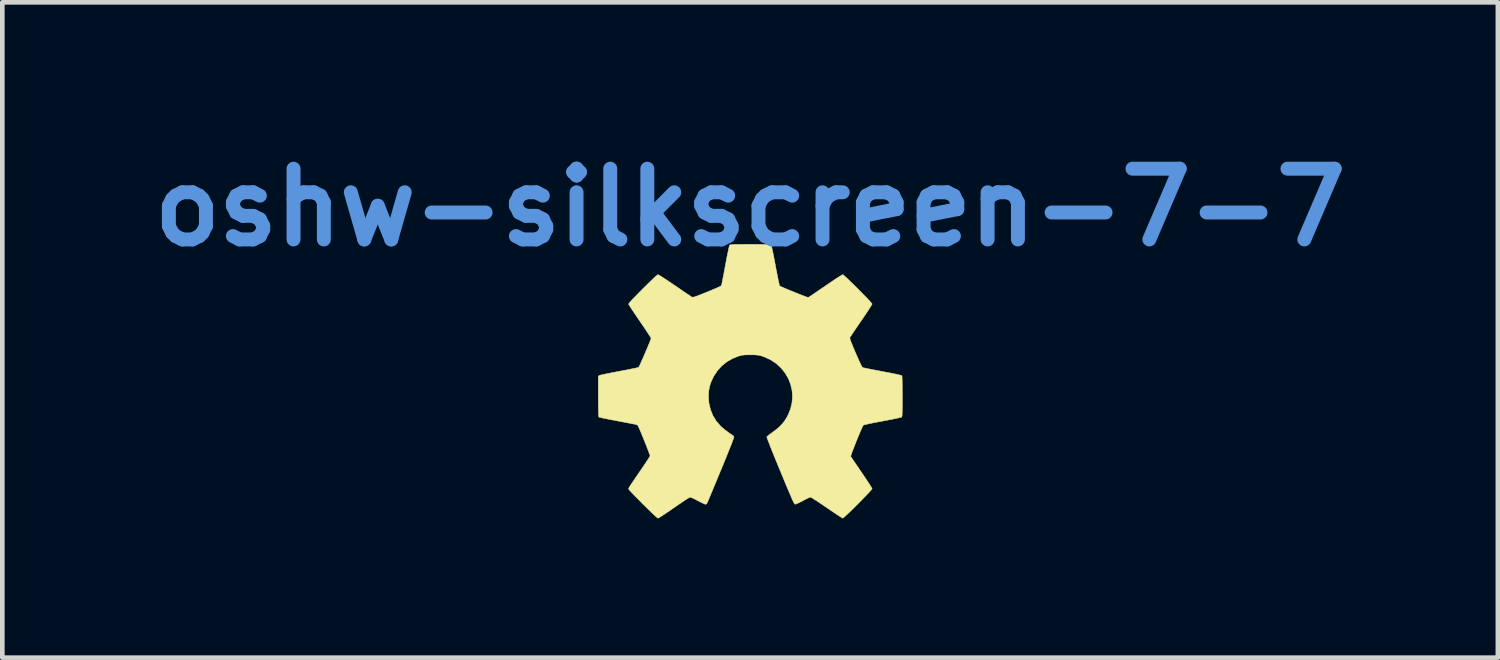
<source format=kicad_pcb>
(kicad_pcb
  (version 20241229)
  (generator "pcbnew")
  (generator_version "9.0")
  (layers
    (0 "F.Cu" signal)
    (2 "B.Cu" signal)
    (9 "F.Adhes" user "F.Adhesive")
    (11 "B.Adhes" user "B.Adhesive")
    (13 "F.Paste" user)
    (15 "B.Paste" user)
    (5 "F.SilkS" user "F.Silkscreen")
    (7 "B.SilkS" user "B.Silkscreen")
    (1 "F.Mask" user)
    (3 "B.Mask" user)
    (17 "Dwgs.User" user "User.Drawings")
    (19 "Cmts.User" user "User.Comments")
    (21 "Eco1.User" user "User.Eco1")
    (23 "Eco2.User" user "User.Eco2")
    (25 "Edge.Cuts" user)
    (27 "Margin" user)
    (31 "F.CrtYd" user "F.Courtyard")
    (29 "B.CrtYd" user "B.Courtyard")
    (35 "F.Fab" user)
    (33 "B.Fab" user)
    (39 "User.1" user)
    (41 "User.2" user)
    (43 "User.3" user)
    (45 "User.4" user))
  (footprint "oshw-silkscreen-7-7"
    (layer "F.Cu")
    (at 13.106 5.228)
    (property "Reference" "oshw-silkscreen-7-7" (at 0 -3.81 0) (layer "Cmts.User") (effects (font (size 1.524 1.524) (thickness 0.3))))
    (attr through_hole)
    (fp_poly (pts (xy 0.1 -3.014) (xy 0.189 -3.014) (xy 0.269 -3.013) (xy 0.338 -3.011) (xy 0.392 -3.01) (xy 0.43 -3.008) (xy 0.449 -3.006) (xy 0.45 -3.005) (xy 0.456 -2.992) (xy 0.465 -2.959) (xy 0.477 -2.907) (xy 0.492 -2.838) (xy 0.509 -2.753) (xy 0.528 -2.654) (xy 0.545 -2.563) (xy 0.563 -2.468) (xy 0.58 -2.38) (xy 0.596 -2.301) (xy 0.61 -2.233) (xy 0.622 -2.179) (xy 0.63 -2.141) (xy 0.636 -2.122) (xy 0.637 -2.12) (xy 0.65 -2.112) (xy 0.681 -2.098) (xy 0.725 -2.079) (xy 0.781 -2.055) (xy 0.844 -2.029) (xy 0.912 -2.001) (xy 0.981 -1.973) (xy 1.049 -1.946) (xy 1.112 -1.921) (xy 1.167 -1.9) (xy 1.211 -1.884) (xy 1.241 -1.873) (xy 1.254 -1.87) (xy 1.254 -1.87) (xy 1.265 -1.878) (xy 1.293 -1.896) (xy 1.335 -1.924) (xy 1.389 -1.96) (xy 1.452 -2.004) (xy 1.524 -2.053) (xy 1.602 -2.106) (xy 1.621 -2.119) (xy 1.7 -2.173) (xy 1.774 -2.223) (xy 1.841 -2.268) (xy 1.899 -2.305) (xy 1.945 -2.335) (xy 1.977 -2.354) (xy 1.994 -2.363) (xy 1.996 -2.363) (xy 2.008 -2.356) (xy 2.034 -2.334) (xy 2.071 -2.301) (xy 2.117 -2.258) (xy 2.169 -2.207) (xy 2.227 -2.151) (xy 2.288 -2.091) (xy 2.349 -2.029) (xy 2.409 -1.968) (xy 2.466 -1.91) (xy 2.518 -1.857) (xy 2.562 -1.81) (xy 2.596 -1.772) (xy 2.619 -1.745) (xy 2.628 -1.731) (xy 2.628 -1.731) (xy 2.622 -1.717) (xy 2.605 -1.688) (xy 2.578 -1.645) (xy 2.542 -1.59) (xy 2.5 -1.526) (xy 2.451 -1.454) (xy 2.399 -1.377) (xy 2.395 -1.372) (xy 2.342 -1.294) (xy 2.292 -1.221) (xy 2.248 -1.156) (xy 2.21 -1.1) (xy 2.181 -1.055) (xy 2.16 -1.025) (xy 2.151 -1.01) (xy 2.151 -1.009) (xy 2.15 -0.999) (xy 2.152 -0.982) (xy 2.159 -0.956) (xy 2.172 -0.919) (xy 2.192 -0.87) (xy 2.218 -0.805) (xy 2.253 -0.723) (xy 2.271 -0.68) (xy 2.307 -0.598) (xy 2.339 -0.525) (xy 2.368 -0.463) (xy 2.392 -0.414) (xy 2.409 -0.38) (xy 2.42 -0.364) (xy 2.421 -0.363) (xy 2.436 -0.359) (xy 2.47 -0.351) (xy 2.521 -0.34) (xy 2.586 -0.327) (xy 2.663 -0.312) (xy 2.748 -0.296) (xy 2.841 -0.278) (xy 2.851 -0.276) (xy 2.957 -0.256) (xy 3.05 -0.238) (xy 3.129 -0.222) (xy 3.192 -0.208) (xy 3.238 -0.197) (xy 3.264 -0.189) (xy 3.271 -0.185) (xy 3.273 -0.172) (xy 3.274 -0.138) (xy 3.276 -0.087) (xy 3.277 -0.022) (xy 3.279 0.055) (xy 3.279 0.143) (xy 3.28 0.237) (xy 3.28 0.261) (xy 3.28 0.373) (xy 3.279 0.465) (xy 3.279 0.538) (xy 3.277 0.596) (xy 3.276 0.639) (xy 3.274 0.67) (xy 3.271 0.69) (xy 3.267 0.702) (xy 3.264 0.706) (xy 3.25 0.711) (xy 3.217 0.719) (xy 3.167 0.73) (xy 3.103 0.744) (xy 3.027 0.759) (xy 2.942 0.775) (xy 2.853 0.792) (xy 2.753 0.811) (xy 2.663 0.828) (xy 2.585 0.844) (xy 2.522 0.858) (xy 2.475 0.869) (xy 2.446 0.877) (xy 2.439 0.881) (xy 2.43 0.895) (xy 2.415 0.926) (xy 2.394 0.972) (xy 2.37 1.028) (xy 2.342 1.093) (xy 2.314 1.164) (xy 2.284 1.236) (xy 2.256 1.308) (xy 2.23 1.376) (xy 2.206 1.436) (xy 2.188 1.487) (xy 2.175 1.526) (xy 2.169 1.548) (xy 2.169 1.552) (xy 2.176 1.564) (xy 2.194 1.592) (xy 2.222 1.634) (xy 2.258 1.688) (xy 2.302 1.751) (xy 2.35 1.822) (xy 2.401 1.897) (xy 2.453 1.973) (xy 2.501 2.045) (xy 2.543 2.109) (xy 2.579 2.164) (xy 2.606 2.207) (xy 2.623 2.236) (xy 2.628 2.249) (xy 2.621 2.261) (xy 2.599 2.287) (xy 2.566 2.324) (xy 2.523 2.37) (xy 2.472 2.422) (xy 2.416 2.48) (xy 2.356 2.541) (xy 2.295 2.602) (xy 2.234 2.663) (xy 2.176 2.72) (xy 2.123 2.771) (xy 2.076 2.815) (xy 2.039 2.85) (xy 2.012 2.873) (xy 1.998 2.882) (xy 1.997 2.882) (xy 1.985 2.876) (xy 1.956 2.859) (xy 1.913 2.832) (xy 1.859 2.797) (xy 1.795 2.754) (xy 1.724 2.706) (xy 1.651 2.656) (xy 1.574 2.604) (xy 1.503 2.556) (xy 1.44 2.514) (xy 1.385 2.479) (xy 1.343 2.452) (xy 1.314 2.435) (xy 1.302 2.43) (xy 1.286 2.435) (xy 1.254 2.448) (xy 1.211 2.469) (xy 1.161 2.495) (xy 1.138 2.508) (xy 1.082 2.536) (xy 1.034 2.56) (xy 0.996 2.575) (xy 0.973 2.582) (xy 0.969 2.582) (xy 0.964 2.579) (xy 0.956 2.571) (xy 0.947 2.555) (xy 0.934 2.532) (xy 0.918 2.499) (xy 0.898 2.455) (xy 0.874 2.398) (xy 0.844 2.329) (xy 0.808 2.244) (xy 0.766 2.144) (xy 0.717 2.025) (xy 0.66 1.888) (xy 0.65 1.864) (xy 0.601 1.745) (xy 0.554 1.631) (xy 0.511 1.525) (xy 0.472 1.428) (xy 0.438 1.342) (xy 0.409 1.268) (xy 0.386 1.209) (xy 0.37 1.165) (xy 0.362 1.139) (xy 0.36 1.132) (xy 0.372 1.119) (xy 0.397 1.097) (xy 0.433 1.07) (xy 0.468 1.045) (xy 0.559 0.977) (xy 0.634 0.914) (xy 0.696 0.849) (xy 0.749 0.78) (xy 0.796 0.703) (xy 0.819 0.659) (xy 0.871 0.531) (xy 0.902 0.4) (xy 0.913 0.267) (xy 0.904 0.135) (xy 0.874 0.004) (xy 0.826 -0.121) (xy 0.758 -0.239) (xy 0.671 -0.348) (xy 0.664 -0.356) (xy 0.561 -0.45) (xy 0.445 -0.527) (xy 0.316 -0.587) (xy 0.254 -0.609) (xy 0.217 -0.62) (xy 0.183 -0.627) (xy 0.145 -0.631) (xy 0.099 -0.634) (xy 0.038 -0.635) (xy 0.006 -0.635) (xy -0.063 -0.635) (xy -0.115 -0.633) (xy -0.156 -0.629) (xy -0.192 -0.623) (xy -0.227 -0.614) (xy -0.243 -0.609) (xy -0.378 -0.556) (xy -0.5 -0.485) (xy -0.609 -0.398) (xy -0.702 -0.296) (xy -0.78 -0.179) (xy -0.801 -0.138) (xy -0.846 -0.036) (xy -0.876 0.06) (xy -0.892 0.16) (xy -0.896 0.265) (xy -0.886 0.406) (xy -0.854 0.541) (xy -0.803 0.669) (xy -0.732 0.786) (xy -0.644 0.891) (xy -0.604 0.928) (xy -0.553 0.971) (xy -0.496 1.015) (xy -0.441 1.055) (xy -0.395 1.086) (xy -0.389 1.089) (xy -0.363 1.108) (xy -0.348 1.129) (xy -0.347 1.132) (xy -0.35 1.146) (xy -0.362 1.18) (xy -0.381 1.232) (xy -0.407 1.301) (xy -0.441 1.385) (xy -0.481 1.485) (xy -0.526 1.598) (xy -0.578 1.724) (xy -0.629 1.847) (xy -0.678 1.965) (xy -0.724 2.077) (xy -0.768 2.181) (xy -0.807 2.277) (xy -0.843 2.361) (xy -0.873 2.434) (xy -0.897 2.491) (xy -0.915 2.533) (xy -0.925 2.557) (xy -0.928 2.562) (xy -0.946 2.58) (xy -0.96 2.584) (xy -0.977 2.579) (xy -1.009 2.565) (xy -1.053 2.544) (xy -1.103 2.518) (xy -1.127 2.506) (xy -1.192 2.472) (xy -1.243 2.448) (xy -1.279 2.435) (xy -1.296 2.432) (xy -1.312 2.44) (xy -1.342 2.458) (xy -1.385 2.485) (xy -1.438 2.52) (xy -1.497 2.56) (xy -1.535 2.586) (xy -1.637 2.656) (xy -1.722 2.715) (xy -1.793 2.763) (xy -1.849 2.801) (xy -1.894 2.831) (xy -1.928 2.853) (xy -1.953 2.868) (xy -1.97 2.877) (xy -1.981 2.881) (xy -1.986 2.882) (xy -1.998 2.875) (xy -2.023 2.853) (xy -2.06 2.819) (xy -2.107 2.775) (xy -2.163 2.721) (xy -2.225 2.661) (xy -2.292 2.595) (xy -2.305 2.582) (xy -2.372 2.514) (xy -2.435 2.451) (xy -2.491 2.394) (xy -2.538 2.345) (xy -2.575 2.305) (xy -2.6 2.277) (xy -2.612 2.263) (xy -2.612 2.262) (xy -2.614 2.255) (xy -2.615 2.249) (xy -2.613 2.24) (xy -2.608 2.228) (xy -2.598 2.21) (xy -2.583 2.185) (xy -2.561 2.151) (xy -2.53 2.106) (xy -2.491 2.048) (xy -2.441 1.975) (xy -2.381 1.887) (xy -2.375 1.879) (xy -2.324 1.804) (xy -2.276 1.734) (xy -2.235 1.671) (xy -2.2 1.618) (xy -2.174 1.577) (xy -2.158 1.551) (xy -2.153 1.54) (xy -2.157 1.526) (xy -2.169 1.494) (xy -2.186 1.447) (xy -2.209 1.388) (xy -2.236 1.318) (xy -2.267 1.241) (xy -2.282 1.203) (xy -2.321 1.107) (xy -2.352 1.031) (xy -2.378 0.971) (xy -2.398 0.927) (xy -2.413 0.897) (xy -2.425 0.879) (xy -2.434 0.872) (xy -2.45 0.868) (xy -2.485 0.86) (xy -2.537 0.849) (xy -2.602 0.837) (xy -2.679 0.822) (xy -2.764 0.806) (xy -2.848 0.79) (xy -2.939 0.773) (xy -3.022 0.757) (xy -3.097 0.742) (xy -3.16 0.729) (xy -3.209 0.718) (xy -3.241 0.71) (xy -3.254 0.706) (xy -3.258 0.699) (xy -3.261 0.684) (xy -3.264 0.659) (xy -3.265 0.623) (xy -3.267 0.573) (xy -3.268 0.508) (xy -3.269 0.425) (xy -3.269 0.323) (xy -3.269 0.258) (xy -3.269 -0.176) (xy -3.244 -0.192) (xy -3.228 -0.197) (xy -3.192 -0.206) (xy -3.14 -0.217) (xy -3.074 -0.231) (xy -2.997 -0.246) (xy -2.911 -0.263) (xy -2.819 -0.28) (xy -2.816 -0.281) (xy -2.724 -0.298) (xy -2.639 -0.314) (xy -2.563 -0.33) (xy -2.498 -0.343) (xy -2.448 -0.354) (xy -2.414 -0.363) (xy -2.399 -0.368) (xy -2.399 -0.368) (xy -2.391 -0.382) (xy -2.376 -0.413) (xy -2.355 -0.458) (xy -2.33 -0.514) (xy -2.302 -0.577) (xy -2.272 -0.646) (xy -2.242 -0.716) (xy -2.213 -0.784) (xy -2.187 -0.847) (xy -2.164 -0.903) (xy -2.146 -0.948) (xy -2.135 -0.978) (xy -2.131 -0.99) (xy -2.137 -1.003) (xy -2.155 -1.032) (xy -2.182 -1.074) (xy -2.218 -1.129) (xy -2.26 -1.193) (xy -2.309 -1.265) (xy -2.362 -1.343) (xy -2.37 -1.355) (xy -2.424 -1.434) (xy -2.474 -1.507) (xy -2.518 -1.573) (xy -2.556 -1.63) (xy -2.585 -1.676) (xy -2.605 -1.708) (xy -2.614 -1.724) (xy -2.615 -1.725) (xy -2.613 -1.734) (xy -2.604 -1.749) (xy -2.586 -1.771) (xy -2.559 -1.802) (xy -2.521 -1.843) (xy -2.47 -1.895) (xy -2.407 -1.96) (xy -2.328 -2.039) (xy -2.313 -2.055) (xy -2.234 -2.133) (xy -2.164 -2.201) (xy -2.104 -2.259) (xy -2.055 -2.306) (xy -2.017 -2.339) (xy -1.993 -2.358) (xy -1.984 -2.363) (xy -1.971 -2.357) (xy -1.941 -2.34) (xy -1.898 -2.313) (xy -1.842 -2.277) (xy -1.778 -2.235) (xy -1.705 -2.186) (xy -1.628 -2.133) (xy -1.619 -2.128) (xy -1.541 -2.074) (xy -1.468 -2.024) (xy -1.402 -1.979) (xy -1.345 -1.941) (xy -1.299 -1.91) (xy -1.268 -1.889) (xy -1.252 -1.879) (xy -1.251 -1.879) (xy -1.242 -1.876) (xy -1.228 -1.877) (xy -1.206 -1.881) (xy -1.176 -1.891) (xy -1.134 -1.906) (xy -1.077 -1.928) (xy -1.005 -1.957) (xy -0.953 -1.978) (xy -0.862 -2.015) (xy -0.79 -2.045) (xy -0.733 -2.069) (xy -0.691 -2.087) (xy -0.66 -2.101) (xy -0.64 -2.112) (xy -0.627 -2.121) (xy -0.619 -2.129) (xy -0.615 -2.137) (xy -0.613 -2.142) (xy -0.61 -2.157) (xy -0.603 -2.192) (xy -0.593 -2.243) (xy -0.58 -2.308) (xy -0.565 -2.385) (xy -0.549 -2.471) (xy -0.532 -2.564) (xy -0.53 -2.574) (xy -0.512 -2.666) (xy -0.496 -2.753) (xy -0.48 -2.83) (xy -0.466 -2.896) (xy -0.455 -2.947) (xy -0.446 -2.983) (xy -0.441 -2.999) (xy -0.441 -2.999) (xy -0.434 -3.003) (xy -0.421 -3.007) (xy -0.398 -3.009) (xy -0.364 -3.011) (xy -0.317 -3.013) (xy -0.255 -3.014) (xy -0.177 -3.014) (xy -0.08 -3.015) (xy 0.004 -3.015) (xy 0.1 -3.014)) (stroke (width 0.01) (type solid)) (fill yes) (layer "F.SilkS")))
  (gr_rect
    (start -3 -3)
    (end 29.213 11.115)
    (stroke (width 0.1) (type default))
    (fill no)
    (layer "Edge.Cuts")))
</source>
